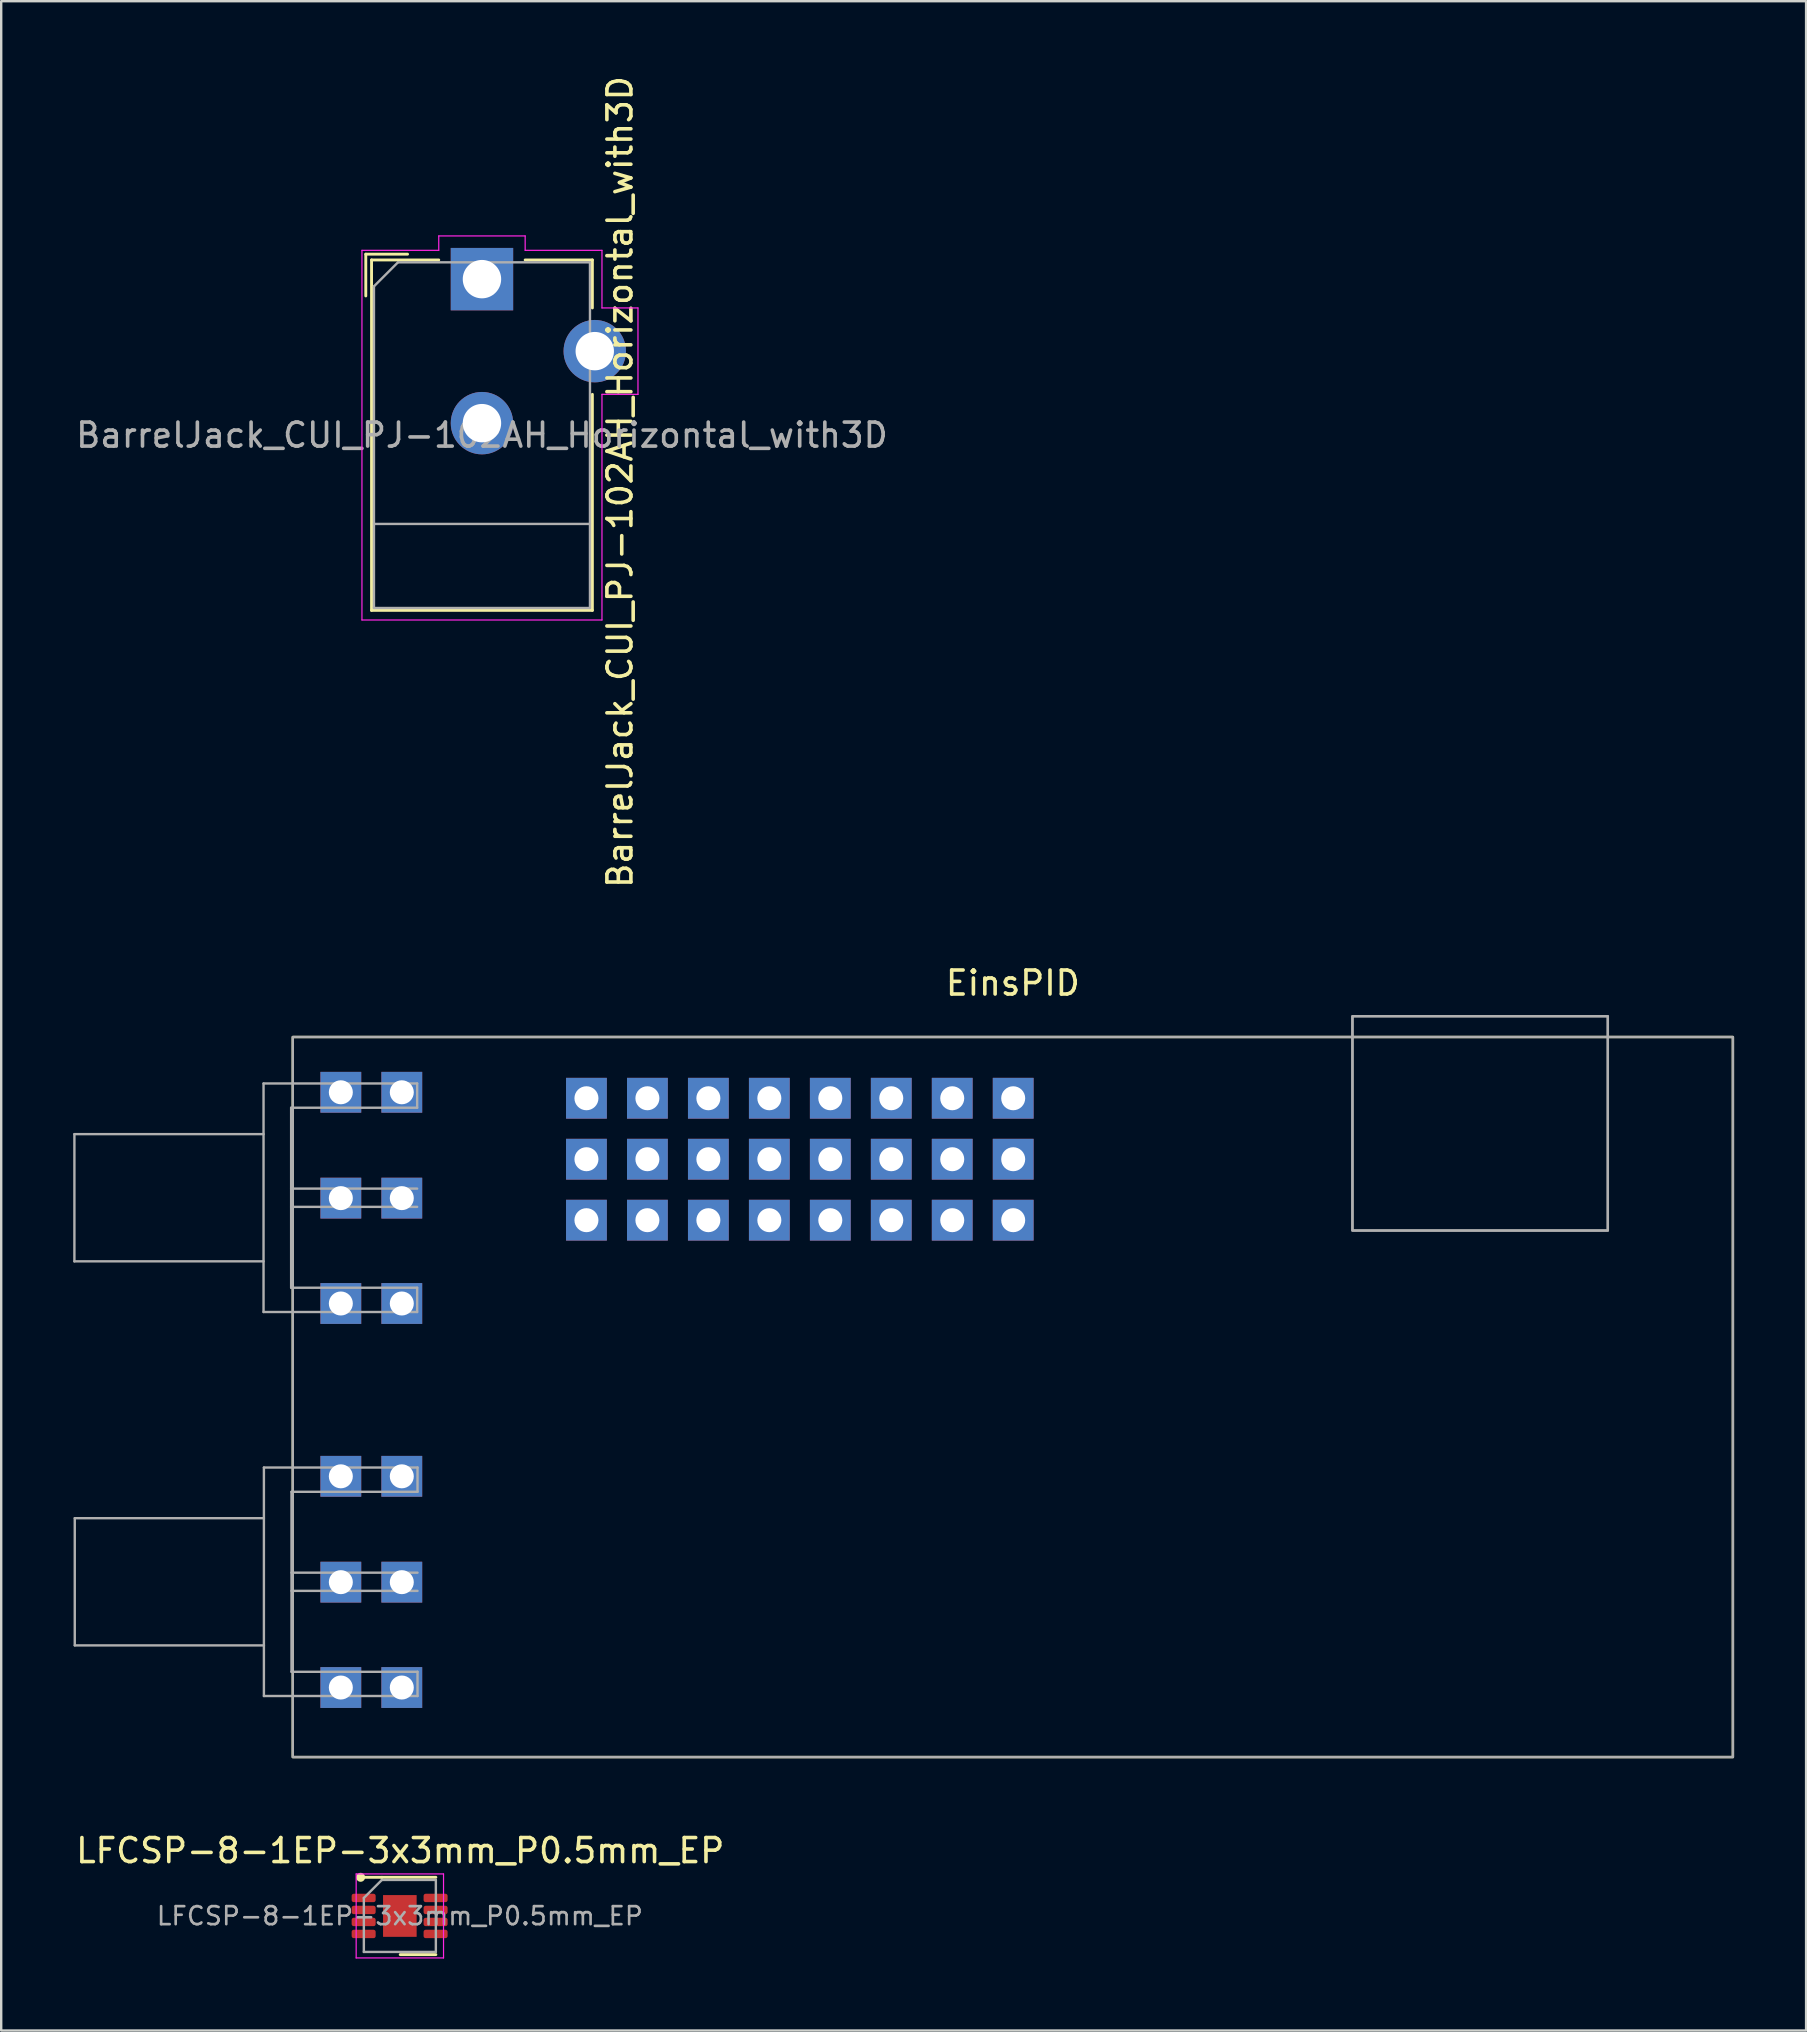
<source format=kicad_pcb>
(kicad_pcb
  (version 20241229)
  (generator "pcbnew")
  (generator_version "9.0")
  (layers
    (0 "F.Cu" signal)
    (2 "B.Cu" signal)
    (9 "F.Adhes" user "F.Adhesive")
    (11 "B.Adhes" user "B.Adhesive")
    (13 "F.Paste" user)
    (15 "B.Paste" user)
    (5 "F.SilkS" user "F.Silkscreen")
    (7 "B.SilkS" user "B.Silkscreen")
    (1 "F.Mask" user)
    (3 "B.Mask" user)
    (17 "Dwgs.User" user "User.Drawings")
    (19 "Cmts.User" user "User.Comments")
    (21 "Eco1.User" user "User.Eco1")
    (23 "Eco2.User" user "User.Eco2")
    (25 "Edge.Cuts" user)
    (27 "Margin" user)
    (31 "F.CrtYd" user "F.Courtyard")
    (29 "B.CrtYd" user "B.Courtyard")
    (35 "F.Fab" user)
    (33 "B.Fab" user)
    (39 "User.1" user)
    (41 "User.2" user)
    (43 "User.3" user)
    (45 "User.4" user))
  (footprint "EinsPID"
    (layer "F.Cu")
    (at 9.148 40.156)
    (property "Reference" "EinsPID" (at 30 -2.248 0) (unlocked yes) (layer "F.SilkS") (effects (font (size 1 1) (thickness 0.15))))
    (attr smd)
    (fp_rect (start 0 0) (end 60 30) (stroke (width 0.1) (type solid)) (fill no) (layer "F.SilkS"))
    (fp_line (start -9.098 4.046) (end -9.098 9.346) (stroke (width 0.1) (type solid)) (layer "F.Fab"))
    (fp_line (start -9.098 4.046) (end -1.218 4.046) (stroke (width 0.1) (type solid)) (layer "F.Fab"))
    (fp_line (start -9.098 9.346) (end -1.218 9.346) (stroke (width 0.1) (type solid)) (layer "F.Fab"))
    (fp_line (start -9.083 20.046) (end -9.083 25.346) (stroke (width 0.1) (type solid)) (layer "F.Fab"))
    (fp_line (start -9.083 20.046) (end -1.203 20.046) (stroke (width 0.1) (type solid)) (layer "F.Fab"))
    (fp_line (start -9.083 25.346) (end -1.203 25.346) (stroke (width 0.1) (type solid)) (layer "F.Fab"))
    (fp_line (start -1.218 1.936) (end -1.218 11.456) (stroke (width 0.1) (type solid)) (layer "F.Fab"))
    (fp_line (start -1.218 11.456) (end 5.182 11.456) (stroke (width 0.1) (type solid)) (layer "F.Fab"))
    (fp_line (start -1.203 17.936) (end -1.203 27.456) (stroke (width 0.1) (type solid)) (layer "F.Fab"))
    (fp_line (start -1.203 27.456) (end 5.197 27.456) (stroke (width 0.1) (type solid)) (layer "F.Fab"))
    (fp_line (start -0.068 2.946) (end -0.068 10.446) (stroke (width 0.1) (type solid)) (layer "F.Fab"))
    (fp_line (start -0.068 2.946) (end 5.182 2.946) (stroke (width 0.1) (type solid)) (layer "F.Fab"))
    (fp_line (start -0.068 6.316) (end 5.182 6.316) (stroke (width 0.1) (type solid)) (layer "F.Fab"))
    (fp_line (start -0.068 7.076) (end 5.182 7.076) (stroke (width 0.1) (type solid)) (layer "F.Fab"))
    (fp_line (start -0.068 10.446) (end 5.182 10.446) (stroke (width 0.1) (type solid)) (layer "F.Fab"))
    (fp_line (start -0.053 18.946) (end -0.053 26.446) (stroke (width 0.1) (type solid)) (layer "F.Fab"))
    (fp_line (start -0.053 18.946) (end 5.197 18.946) (stroke (width 0.1) (type solid)) (layer "F.Fab"))
    (fp_line (start -0.053 22.316) (end 5.197 22.316) (stroke (width 0.1) (type solid)) (layer "F.Fab"))
    (fp_line (start -0.053 23.076) (end 5.197 23.076) (stroke (width 0.1) (type solid)) (layer "F.Fab"))
    (fp_line (start -0.053 26.446) (end 5.197 26.446) (stroke (width 0.1) (type solid)) (layer "F.Fab"))
    (fp_line (start 5.182 1.936) (end -1.218 1.936) (stroke (width 0.1) (type solid)) (layer "F.Fab"))
    (fp_line (start 5.182 1.936) (end 5.182 2.946) (stroke (width 0.1) (type solid)) (layer "F.Fab"))
    (fp_line (start 5.182 10.446) (end 5.182 11.456) (stroke (width 0.1) (type solid)) (layer "F.Fab"))
    (fp_line (start 5.197 17.936) (end -1.203 17.936) (stroke (width 0.1) (type solid)) (layer "F.Fab"))
    (fp_line (start 5.197 17.936) (end 5.197 18.946) (stroke (width 0.1) (type solid)) (layer "F.Fab"))
    (fp_line (start 5.197 26.446) (end 5.197 27.456) (stroke (width 0.1) (type solid)) (layer "F.Fab"))
    (fp_rect (start 0 0) (end 60 30) (stroke (width 0.1) (type solid)) (fill no) (layer "F.Fab"))
    (fp_rect (start 44.149 -0.867) (end 54.789 8.063) (stroke (width 0.1) (type solid)) (fill no) (layer "F.Fab"))
    (fp_rect (start 44.149 -0.867) (end 54.789 8.063) (stroke (width 0.1) (type solid)) (fill no) (layer "F.Fab"))
    (pad "1" thru_hole rect (at 12.235 2.551) (size 1.7 1.7) (drill 1) (layers "*.Cu" "*.Mask"))
    (pad "2" thru_hole rect (at 14.775 2.551) (size 1.7 1.7) (drill 1) (layers "*.Cu" "*.Mask"))
    (pad "3" thru_hole rect (at 17.315 2.551) (size 1.7 1.7) (drill 1) (layers "*.Cu" "*.Mask"))
    (pad "4" thru_hole rect (at 19.855 2.551) (size 1.7 1.7) (drill 1) (layers "*.Cu" "*.Mask"))
    (pad "5" thru_hole rect (at 22.395 2.551) (size 1.7 1.7) (drill 1) (layers "*.Cu" "*.Mask"))
    (pad "6" thru_hole rect (at 24.935 2.551) (size 1.7 1.7) (drill 1) (layers "*.Cu" "*.Mask"))
    (pad "7" thru_hole rect (at 27.475 2.551) (size 1.7 1.7) (drill 1) (layers "*.Cu" "*.Mask"))
    (pad "8" thru_hole rect (at 30.015 2.551) (size 1.7 1.7) (drill 1) (layers "*.Cu" "*.Mask"))
    (pad "9" thru_hole rect (at 12.235 5.091) (size 1.7 1.7) (drill 1) (layers "*.Cu" "*.Mask"))
    (pad "10" thru_hole rect (at 14.775 5.091) (size 1.7 1.7) (drill 1) (layers "*.Cu" "*.Mask"))
    (pad "11" thru_hole rect (at 17.315 5.091) (size 1.7 1.7) (drill 1) (layers "*.Cu" "*.Mask"))
    (pad "12" thru_hole rect (at 19.855 5.091) (size 1.7 1.7) (drill 1) (layers "*.Cu" "*.Mask"))
    (pad "13" thru_hole rect (at 22.395 5.091) (size 1.7 1.7) (drill 1) (layers "*.Cu" "*.Mask"))
    (pad "14" thru_hole rect (at 24.935 5.091) (size 1.7 1.7) (drill 1) (layers "*.Cu" "*.Mask"))
    (pad "15" thru_hole rect (at 27.475 5.091) (size 1.7 1.7) (drill 1) (layers "*.Cu" "*.Mask"))
    (pad "16" thru_hole rect (at 30.015 5.091) (size 1.7 1.7) (drill 1) (layers "*.Cu" "*.Mask"))
    (pad "17" thru_hole rect (at 12.235 7.631) (size 1.7 1.7) (drill 1) (layers "*.Cu" "*.Mask"))
    (pad "18" thru_hole rect (at 14.775 7.631) (size 1.7 1.7) (drill 1) (layers "*.Cu" "*.Mask"))
    (pad "19" thru_hole rect (at 17.315 7.631) (size 1.7 1.7) (drill 1) (layers "*.Cu" "*.Mask"))
    (pad "20" thru_hole rect (at 19.855 7.631) (size 1.7 1.7) (drill 1) (layers "*.Cu" "*.Mask"))
    (pad "21" thru_hole rect (at 22.395 7.631) (size 1.7 1.7) (drill 1) (layers "*.Cu" "*.Mask"))
    (pad "22" thru_hole rect (at 24.935 7.631) (size 1.7 1.7) (drill 1) (layers "*.Cu" "*.Mask"))
    (pad "23" thru_hole rect (at 27.475 7.631) (size 1.7 1.7) (drill 1) (layers "*.Cu" "*.Mask"))
    (pad "24" thru_hole rect (at 30.015 7.631) (size 1.7 1.7) (drill 1) (layers "*.Cu" "*.Mask"))
    (pad "25" thru_hole rect (at 2.002 2.302) (size 1.7 1.7) (drill 1) (layers "*.Cu" "*.Mask"))
    (pad "25" thru_hole rect (at 4.542 2.302) (size 1.7 1.7) (drill 1) (layers "*.Cu" "*.Mask"))
    (pad "26" thru_hole rect (at 2.002 6.712) (size 1.7 1.7) (drill 1) (layers "*.Cu" "*.Mask"))
    (pad "26" thru_hole rect (at 4.542 6.712) (size 1.7 1.7) (drill 1) (layers "*.Cu" "*.Mask"))
    (pad "27" thru_hole rect (at 2.002 11.102) (size 1.7 1.7) (drill 1) (layers "*.Cu" "*.Mask"))
    (pad "27" thru_hole rect (at 4.542 11.102) (size 1.7 1.7) (drill 1) (layers "*.Cu" "*.Mask"))
    (pad "28" thru_hole rect (at 2.002 18.302) (size 1.7 1.7) (drill 1) (layers "*.Cu" "*.Mask"))
    (pad "28" thru_hole rect (at 4.542 18.302) (size 1.7 1.7) (drill 1) (layers "*.Cu" "*.Mask"))
    (pad "29" thru_hole rect (at 2.002 22.712) (size 1.7 1.7) (drill 1) (layers "*.Cu" "*.Mask"))
    (pad "29" thru_hole rect (at 4.542 22.712) (size 1.7 1.7) (drill 1) (layers "*.Cu" "*.Mask"))
    (pad "30" thru_hole rect (at 2.002 27.102) (size 1.7 1.7) (drill 1) (layers "*.Cu" "*.Mask"))
    (pad "30" thru_hole rect (at 4.542 27.102) (size 1.7 1.7) (drill 1) (layers "*.Cu" "*.Mask")))
  (footprint "LFCSP-8-1EP-3x3mm_P0.5mm_EP"
    (layer "F.Cu")
    (at 13.625 76.721)
    (property "Reference" "LFCSP-8-1EP-3x3mm_P0.5mm_EP" (at 0 -2.667 0) (unlocked yes) (layer "F.SilkS") (effects (font (size 1 1) (thickness 0.15))))
    (attr smd)
    (fp_line (start -0.762 -1.556) (end -1.524 -1.556) (stroke (width 0.12) (type solid)) (layer "F.SilkS"))
    (fp_line (start -0.762 -1.556) (end 1.484 -1.556) (stroke (width 0.12) (type solid)) (layer "F.SilkS"))
    (fp_line (start 0 1.664) (end 1.484 1.664) (stroke (width 0.12) (type solid)) (layer "F.SilkS"))
    (fp_circle (center -1.651 -1.556) (end -1.524 -1.556) (stroke (width 0.12) (type solid)) (fill yes) (layer "F.SilkS"))
    (fp_line (start -1.836 -1.696) (end -1.836 1.804) (stroke (width 0.05) (type solid)) (layer "F.CrtYd"))
    (fp_line (start -1.836 1.804) (end 1.804 1.804) (stroke (width 0.05) (type solid)) (layer "F.CrtYd"))
    (fp_line (start 1.804 -1.696) (end -1.836 -1.696) (stroke (width 0.05) (type solid)) (layer "F.CrtYd"))
    (fp_line (start 1.804 1.804) (end 1.804 -1.696) (stroke (width 0.05) (type solid)) (layer "F.CrtYd"))
    (fp_line (start -1.516 -0.696) (end -0.766 -1.446) (stroke (width 0.1) (type solid)) (layer "F.Fab"))
    (fp_line (start -1.516 1.554) (end -1.516 -0.696) (stroke (width 0.1) (type solid)) (layer "F.Fab"))
    (fp_line (start -0.766 -1.446) (end 1.484 -1.446) (stroke (width 0.1) (type solid)) (layer "F.Fab"))
    (fp_line (start 1.484 -1.446) (end 1.484 1.554) (stroke (width 0.1) (type solid)) (layer "F.Fab"))
    (fp_line (start 1.484 1.554) (end -1.516 1.554) (stroke (width 0.1) (type solid)) (layer "F.Fab"))
    (fp_text user "${REFERENCE}" (at -0.016 0.054 0) (layer "F.Fab") (effects (font (size 0.75 0.75) (thickness 0.11))))
    (pad "" smd roundrect (at -0.381 -0.381) (size 0.58 0.7) (layers "F.Paste") (roundrect_rratio 0.25))
    (pad "" smd roundrect (at -0.381 0.489) (size 0.58 0.7) (layers "F.Paste") (roundrect_rratio 0.25))
    (pad "" smd roundrect (at 0.349 -0.381) (size 0.58 0.7) (layers "F.Paste") (roundrect_rratio 0.25))
    (pad "" smd roundrect (at 0.349 0.489) (size 0.58 0.7) (layers "F.Paste") (roundrect_rratio 0.25))
    (pad "1" smd roundrect (at -1.524 -0.696) (size 1 0.35) (layers "F.Cu" "F.Mask" "F.Paste") (roundrect_rratio 0.25))
    (pad "2" smd roundrect (at -1.524 -0.196) (size 1 0.35) (layers "F.Cu" "F.Mask" "F.Paste") (roundrect_rratio 0.25))
    (pad "3" smd roundrect (at -1.524 0.304) (size 1 0.35) (layers "F.Cu" "F.Mask" "F.Paste") (roundrect_rratio 0.25))
    (pad "4" smd roundrect (at -1.524 0.804) (size 1 0.35) (layers "F.Cu" "F.Mask" "F.Paste") (roundrect_rratio 0.25))
    (pad "5" smd roundrect (at 1.473 0.804) (size 1 0.35) (layers "F.Cu" "F.Mask" "F.Paste") (roundrect_rratio 0.25))
    (pad "6" smd roundrect (at 1.473 0.304) (size 1 0.35) (layers "F.Cu" "F.Mask" "F.Paste") (roundrect_rratio 0.25))
    (pad "7" smd roundrect (at 1.473 -0.196) (size 1 0.35) (layers "F.Cu" "F.Mask" "F.Paste") (roundrect_rratio 0.25))
    (pad "8" smd roundrect (at 1.473 -0.696) (size 1 0.35) (layers "F.Cu" "F.Mask" "F.Paste") (roundrect_rratio 0.25))
    (pad "9" smd rect (at -0.016 0.054) (size 1.4 1.74) (layers "F.Cu" "F.Mask")))
  (footprint "BarrelJack_CUI_PJ-102AH_Horizontal_with3D"
    (layer "F.Cu")
    (at 17.03 8.58)
    (property "Reference" "BarrelJack_CUI_PJ-102AH_Horizontal_with3D" (at 5.75 8.45 90) (layer "F.SilkS") (effects (font (size 1 1) (thickness 0.15))))
    (attr through_hole)
    (fp_line (start -4.84 -1.04) (end -3.1 -1.04) (stroke (width 0.12) (type solid)) (layer "F.SilkS"))
    (fp_line (start -4.84 0.7) (end -4.84 -1.04) (stroke (width 0.12) (type solid)) (layer "F.SilkS"))
    (fp_line (start -4.6 -0.8) (end -1.8 -0.8) (stroke (width 0.12) (type solid)) (layer "F.SilkS"))
    (fp_line (start -4.6 13.8) (end -4.6 -0.8) (stroke (width 0.12) (type solid)) (layer "F.SilkS"))
    (fp_line (start 1.8 -0.8) (end 4.6 -0.8) (stroke (width 0.12) (type solid)) (layer "F.SilkS"))
    (fp_line (start 4.6 -0.8) (end 4.6 1.2) (stroke (width 0.12) (type solid)) (layer "F.SilkS"))
    (fp_line (start 4.6 4.8) (end 4.6 13.8) (stroke (width 0.12) (type solid)) (layer "F.SilkS"))
    (fp_line (start 4.6 13.8) (end -4.6 13.8) (stroke (width 0.12) (type solid)) (layer "F.SilkS"))
    (fp_line (start -5 -1.2) (end -1.8 -1.2) (stroke (width 0.05) (type solid)) (layer "F.CrtYd"))
    (fp_line (start -5 14.2) (end -5 -1.2) (stroke (width 0.05) (type solid)) (layer "F.CrtYd"))
    (fp_line (start -1.8 -1.8) (end 1.8 -1.8) (stroke (width 0.05) (type solid)) (layer "F.CrtYd"))
    (fp_line (start -1.8 -1.2) (end -1.8 -1.8) (stroke (width 0.05) (type solid)) (layer "F.CrtYd"))
    (fp_line (start 1.8 -1.8) (end 1.8 -1.2) (stroke (width 0.05) (type solid)) (layer "F.CrtYd"))
    (fp_line (start 1.8 -1.2) (end 5 -1.2) (stroke (width 0.05) (type solid)) (layer "F.CrtYd"))
    (fp_line (start 5 -1.2) (end 5 1.2) (stroke (width 0.05) (type solid)) (layer "F.CrtYd"))
    (fp_line (start 5 1.2) (end 6.5 1.2) (stroke (width 0.05) (type solid)) (layer "F.CrtYd"))
    (fp_line (start 5 4.8) (end 5 14.2) (stroke (width 0.05) (type solid)) (layer "F.CrtYd"))
    (fp_line (start 5 14.2) (end -5 14.2) (stroke (width 0.05) (type solid)) (layer "F.CrtYd"))
    (fp_line (start 6.5 1.2) (end 6.5 4.8) (stroke (width 0.05) (type solid)) (layer "F.CrtYd"))
    (fp_line (start 6.5 4.8) (end 5 4.8) (stroke (width 0.05) (type solid)) (layer "F.CrtYd"))
    (fp_line (start -4.5 0.3) (end -3.5 -0.7) (stroke (width 0.1) (type solid)) (layer "F.Fab"))
    (fp_line (start -4.5 10.2) (end 4.5 10.2) (stroke (width 0.1) (type solid)) (layer "F.Fab"))
    (fp_line (start -4.5 13.7) (end -4.5 0.3) (stroke (width 0.1) (type solid)) (layer "F.Fab"))
    (fp_line (start -3.5 -0.7) (end 4.5 -0.7) (stroke (width 0.1) (type solid)) (layer "F.Fab"))
    (fp_line (start 4.5 -0.7) (end 4.5 13.7) (stroke (width 0.1) (type solid)) (layer "F.Fab"))
    (fp_line (start 4.5 13.7) (end -4.5 13.7) (stroke (width 0.1) (type solid)) (layer "F.Fab"))
    (fp_text user "${REFERENCE}" (at 0 6.5 0) (layer "F.Fab") (effects (font (size 1 1) (thickness 0.15))))
    (pad "1" thru_hole rect (at 0 0) (size 2.6 2.6) (drill 1.6) (layers "*.Cu" "*.Mask"))
    (pad "2" thru_hole circle (at 0 6) (size 2.6 2.6) (drill 1.6) (layers "*.Cu" "*.Mask"))
    (pad "3" thru_hole circle (at 4.7 3) (size 2.6 2.6) (drill 1.6) (layers "*.Cu" "*.Mask")))
  (gr_rect
    (start -3 -3)
    (end 72.198 81.55)
    (stroke (width 0.1) (type default))
    (fill no)
    (layer "Edge.Cuts")))
</source>
